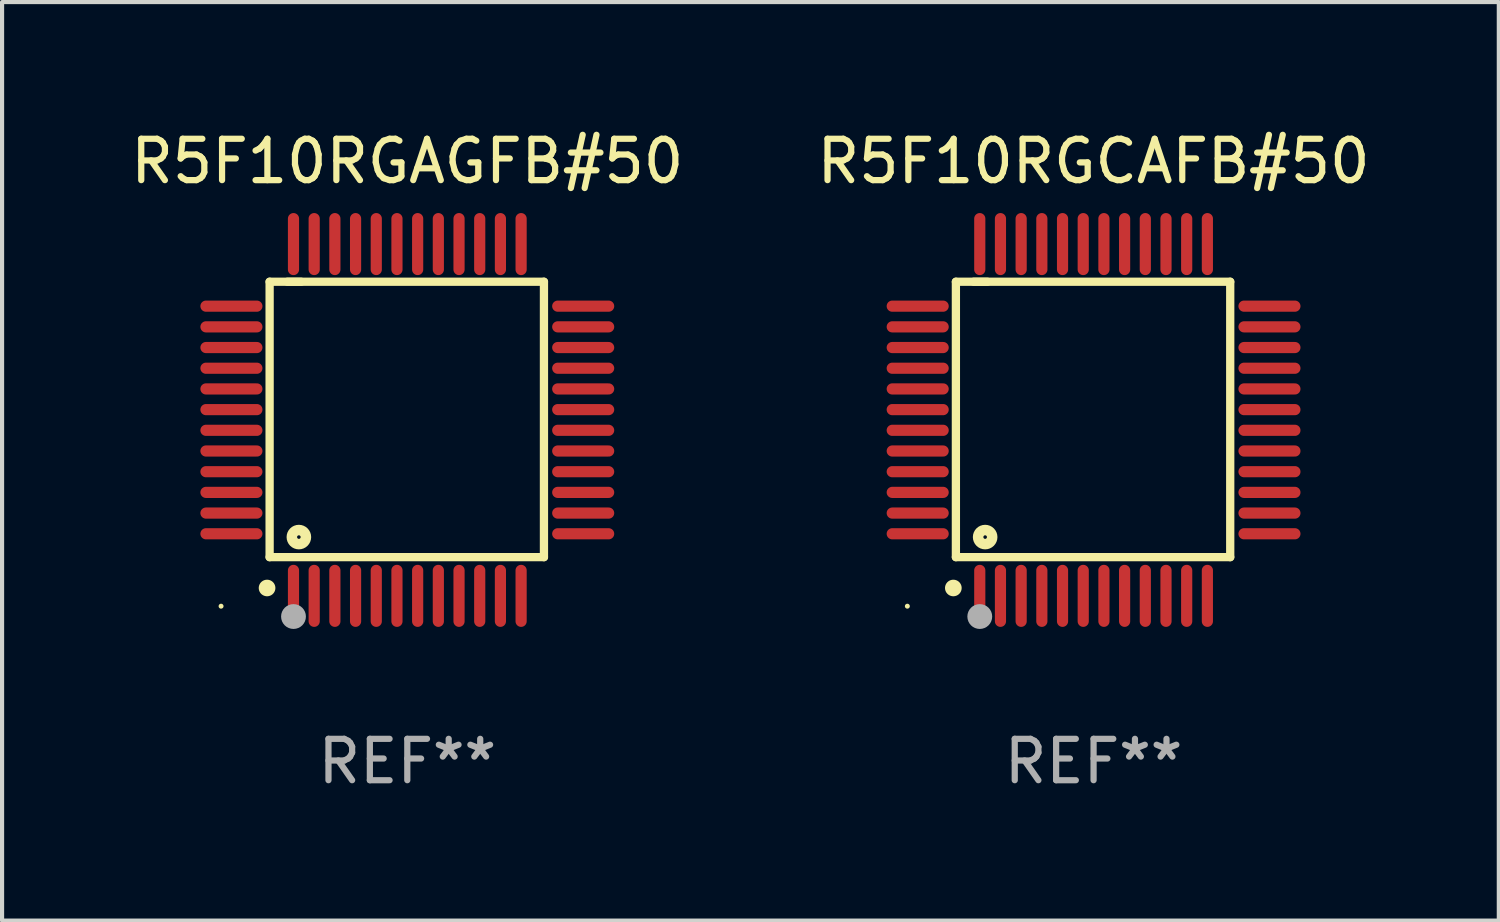
<source format=kicad_pcb>
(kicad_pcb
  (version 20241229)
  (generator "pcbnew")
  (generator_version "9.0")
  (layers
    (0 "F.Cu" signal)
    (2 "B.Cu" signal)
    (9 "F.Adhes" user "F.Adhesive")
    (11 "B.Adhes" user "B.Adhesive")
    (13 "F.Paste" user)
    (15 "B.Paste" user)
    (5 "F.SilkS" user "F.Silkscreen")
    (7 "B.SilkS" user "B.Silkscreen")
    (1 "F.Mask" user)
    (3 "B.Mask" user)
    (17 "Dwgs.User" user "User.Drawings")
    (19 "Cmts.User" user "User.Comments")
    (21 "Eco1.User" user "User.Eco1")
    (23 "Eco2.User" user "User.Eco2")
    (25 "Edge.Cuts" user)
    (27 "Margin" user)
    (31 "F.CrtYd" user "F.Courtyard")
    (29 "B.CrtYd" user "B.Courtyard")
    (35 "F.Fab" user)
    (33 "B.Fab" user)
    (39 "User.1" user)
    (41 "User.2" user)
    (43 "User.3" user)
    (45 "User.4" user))
  (footprint "R5F10RGCAFB#50"
    (layer "F.Cu")
    (at 23.375 7.098)
    (property "Reference" "R5F10RGCAFB#50" (at 0 -6.25 0) (layer "F.SilkS") (effects (font (size 1 1) (thickness 0.15))))
    (attr through_hole)
    (fp_line (start -3.327 -3.34) (end -2.565 -3.34) (stroke (width 0.2) (type solid)) (layer "F.SilkS"))
    (fp_line (start -3.327 3.315) (end -3.327 -3.34) (stroke (width 0.2) (type solid)) (layer "F.SilkS"))
    (fp_line (start -2.896 -3.34) (end 3.302 -3.34) (stroke (width 0.2) (type solid)) (layer "F.SilkS"))
    (fp_line (start 3.302 -3.34) (end 3.302 3.315) (stroke (width 0.2) (type solid)) (layer "F.SilkS"))
    (fp_line (start 3.302 3.315) (end -3.327 3.315) (stroke (width 0.2) (type solid)) (layer "F.SilkS"))
    (fp_arc (start -3.389992 4.059995) (mid -3.388722 4.059991) (end -3.387452 4.059995) (stroke (width 0.4) (type solid)) (layer "F.SilkS"))
    (fp_circle (center -4.5 4.5) (end -4.47 4.5) (stroke (width 0.06) (type solid)) (fill no) (layer "F.SilkS"))
    (fp_circle (center -2.62 2.83) (end -2.45 2.83) (stroke (width 0.254) (type solid)) (fill no) (layer "F.SilkS"))
    (fp_circle (center -2.75 4.75) (end -2.6 4.75) (stroke (width 0.3) (type solid)) (fill no) (layer "F.Fab"))
    (fp_text user "REF**" (at 0 8.25 0) (layer "F.Fab") (effects (font (size 1 1) (thickness 0.15))))
    (pad "1" smd oval (at -2.75 4.25) (size 0.27 1.5) (layers "F.Cu" "F.Mask" "F.Paste"))
    (pad "2" smd oval (at -2.25 4.25) (size 0.27 1.5) (layers "F.Cu" "F.Mask" "F.Paste"))
    (pad "3" smd oval (at -1.75 4.25) (size 0.27 1.5) (layers "F.Cu" "F.Mask" "F.Paste"))
    (pad "4" smd oval (at -1.25 4.25) (size 0.27 1.5) (layers "F.Cu" "F.Mask" "F.Paste"))
    (pad "5" smd oval (at -0.75 4.25) (size 0.27 1.5) (layers "F.Cu" "F.Mask" "F.Paste"))
    (pad "6" smd oval (at -0.25 4.25) (size 0.27 1.5) (layers "F.Cu" "F.Mask" "F.Paste"))
    (pad "7" smd oval (at 0.25 4.25) (size 0.27 1.5) (layers "F.Cu" "F.Mask" "F.Paste"))
    (pad "8" smd oval (at 0.75 4.25) (size 0.27 1.5) (layers "F.Cu" "F.Mask" "F.Paste"))
    (pad "9" smd oval (at 1.25 4.25) (size 0.27 1.5) (layers "F.Cu" "F.Mask" "F.Paste"))
    (pad "10" smd oval (at 1.75 4.25) (size 0.27 1.5) (layers "F.Cu" "F.Mask" "F.Paste"))
    (pad "11" smd oval (at 2.25 4.25) (size 0.27 1.5) (layers "F.Cu" "F.Mask" "F.Paste"))
    (pad "12" smd oval (at 2.75 4.25) (size 0.27 1.5) (layers "F.Cu" "F.Mask" "F.Paste"))
    (pad "13" smd oval (at 4.25 2.75) (size 1.5 0.27) (layers "F.Cu" "F.Mask" "F.Paste"))
    (pad "14" smd oval (at 4.25 2.25) (size 1.5 0.27) (layers "F.Cu" "F.Mask" "F.Paste"))
    (pad "15" smd oval (at 4.25 1.75) (size 1.5 0.27) (layers "F.Cu" "F.Mask" "F.Paste"))
    (pad "16" smd oval (at 4.25 1.25) (size 1.5 0.27) (layers "F.Cu" "F.Mask" "F.Paste"))
    (pad "17" smd oval (at 4.25 0.75) (size 1.5 0.27) (layers "F.Cu" "F.Mask" "F.Paste"))
    (pad "18" smd oval (at 4.25 0.25) (size 1.5 0.27) (layers "F.Cu" "F.Mask" "F.Paste"))
    (pad "19" smd oval (at 4.25 -0.25) (size 1.5 0.27) (layers "F.Cu" "F.Mask" "F.Paste"))
    (pad "20" smd oval (at 4.25 -0.75) (size 1.5 0.27) (layers "F.Cu" "F.Mask" "F.Paste"))
    (pad "21" smd oval (at 4.25 -1.25) (size 1.5 0.27) (layers "F.Cu" "F.Mask" "F.Paste"))
    (pad "22" smd oval (at 4.25 -1.75) (size 1.5 0.27) (layers "F.Cu" "F.Mask" "F.Paste"))
    (pad "23" smd oval (at 4.25 -2.25) (size 1.5 0.27) (layers "F.Cu" "F.Mask" "F.Paste"))
    (pad "24" smd oval (at 4.25 -2.75) (size 1.5 0.27) (layers "F.Cu" "F.Mask" "F.Paste"))
    (pad "25" smd oval (at 2.75 -4.25) (size 0.27 1.5) (layers "F.Cu" "F.Mask" "F.Paste"))
    (pad "26" smd oval (at 2.25 -4.25) (size 0.27 1.5) (layers "F.Cu" "F.Mask" "F.Paste"))
    (pad "27" smd oval (at 1.75 -4.25) (size 0.27 1.5) (layers "F.Cu" "F.Mask" "F.Paste"))
    (pad "28" smd oval (at 1.25 -4.25) (size 0.27 1.5) (layers "F.Cu" "F.Mask" "F.Paste"))
    (pad "29" smd oval (at 0.75 -4.25) (size 0.27 1.5) (layers "F.Cu" "F.Mask" "F.Paste"))
    (pad "30" smd oval (at 0.25 -4.25) (size 0.27 1.5) (layers "F.Cu" "F.Mask" "F.Paste"))
    (pad "31" smd oval (at -0.25 -4.25) (size 0.27 1.5) (layers "F.Cu" "F.Mask" "F.Paste"))
    (pad "32" smd oval (at -0.75 -4.25) (size 0.27 1.5) (layers "F.Cu" "F.Mask" "F.Paste"))
    (pad "33" smd oval (at -1.25 -4.25) (size 0.27 1.5) (layers "F.Cu" "F.Mask" "F.Paste"))
    (pad "34" smd oval (at -1.75 -4.25) (size 0.27 1.5) (layers "F.Cu" "F.Mask" "F.Paste"))
    (pad "35" smd oval (at -2.25 -4.25) (size 0.27 1.5) (layers "F.Cu" "F.Mask" "F.Paste"))
    (pad "36" smd oval (at -2.75 -4.25) (size 0.27 1.5) (layers "F.Cu" "F.Mask" "F.Paste"))
    (pad "37" smd oval (at -4.25 -2.75) (size 1.5 0.27) (layers "F.Cu" "F.Mask" "F.Paste"))
    (pad "38" smd oval (at -4.25 -2.25) (size 1.5 0.27) (layers "F.Cu" "F.Mask" "F.Paste"))
    (pad "39" smd oval (at -4.25 -1.75) (size 1.5 0.27) (layers "F.Cu" "F.Mask" "F.Paste"))
    (pad "40" smd oval (at -4.25 -1.25) (size 1.5 0.27) (layers "F.Cu" "F.Mask" "F.Paste"))
    (pad "41" smd oval (at -4.25 -0.75) (size 1.5 0.27) (layers "F.Cu" "F.Mask" "F.Paste"))
    (pad "42" smd oval (at -4.25 -0.25) (size 1.5 0.27) (layers "F.Cu" "F.Mask" "F.Paste"))
    (pad "43" smd oval (at -4.25 0.25) (size 1.5 0.27) (layers "F.Cu" "F.Mask" "F.Paste"))
    (pad "44" smd oval (at -4.25 0.75) (size 1.5 0.27) (layers "F.Cu" "F.Mask" "F.Paste"))
    (pad "45" smd oval (at -4.25 1.25) (size 1.5 0.27) (layers "F.Cu" "F.Mask" "F.Paste"))
    (pad "46" smd oval (at -4.25 1.75) (size 1.5 0.27) (layers "F.Cu" "F.Mask" "F.Paste"))
    (pad "47" smd oval (at -4.25 2.25) (size 1.5 0.27) (layers "F.Cu" "F.Mask" "F.Paste"))
    (pad "48" smd oval (at -4.25 2.75) (size 1.5 0.27) (layers "F.Cu" "F.Mask" "F.Paste")))
  (footprint "R5F10RGAGFB#50"
    (layer "F.Cu")
    (at 6.792 7.098)
    (property "Reference" "R5F10RGAGFB#50" (at 0 -6.25 0) (layer "F.SilkS") (effects (font (size 1 1) (thickness 0.15))))
    (attr through_hole)
    (fp_line (start -3.327 -3.34) (end -2.565 -3.34) (stroke (width 0.2) (type solid)) (layer "F.SilkS"))
    (fp_line (start -3.327 3.315) (end -3.327 -3.34) (stroke (width 0.2) (type solid)) (layer "F.SilkS"))
    (fp_line (start -2.896 -3.34) (end 3.302 -3.34) (stroke (width 0.2) (type solid)) (layer "F.SilkS"))
    (fp_line (start 3.302 -3.34) (end 3.302 3.315) (stroke (width 0.2) (type solid)) (layer "F.SilkS"))
    (fp_line (start 3.302 3.315) (end -3.327 3.315) (stroke (width 0.2) (type solid)) (layer "F.SilkS"))
    (fp_arc (start -3.389992 4.059995) (mid -3.388722 4.059991) (end -3.387452 4.059995) (stroke (width 0.4) (type solid)) (layer "F.SilkS"))
    (fp_circle (center -4.5 4.5) (end -4.47 4.5) (stroke (width 0.06) (type solid)) (fill no) (layer "F.SilkS"))
    (fp_circle (center -2.62 2.83) (end -2.45 2.83) (stroke (width 0.254) (type solid)) (fill no) (layer "F.SilkS"))
    (fp_circle (center -2.75 4.75) (end -2.6 4.75) (stroke (width 0.3) (type solid)) (fill no) (layer "F.Fab"))
    (fp_text user "REF**" (at 0 8.25 0) (layer "F.Fab") (effects (font (size 1 1) (thickness 0.15))))
    (pad "1" smd oval (at -2.75 4.25) (size 0.27 1.5) (layers "F.Cu" "F.Mask" "F.Paste"))
    (pad "2" smd oval (at -2.25 4.25) (size 0.27 1.5) (layers "F.Cu" "F.Mask" "F.Paste"))
    (pad "3" smd oval (at -1.75 4.25) (size 0.27 1.5) (layers "F.Cu" "F.Mask" "F.Paste"))
    (pad "4" smd oval (at -1.25 4.25) (size 0.27 1.5) (layers "F.Cu" "F.Mask" "F.Paste"))
    (pad "5" smd oval (at -0.75 4.25) (size 0.27 1.5) (layers "F.Cu" "F.Mask" "F.Paste"))
    (pad "6" smd oval (at -0.25 4.25) (size 0.27 1.5) (layers "F.Cu" "F.Mask" "F.Paste"))
    (pad "7" smd oval (at 0.25 4.25) (size 0.27 1.5) (layers "F.Cu" "F.Mask" "F.Paste"))
    (pad "8" smd oval (at 0.75 4.25) (size 0.27 1.5) (layers "F.Cu" "F.Mask" "F.Paste"))
    (pad "9" smd oval (at 1.25 4.25) (size 0.27 1.5) (layers "F.Cu" "F.Mask" "F.Paste"))
    (pad "10" smd oval (at 1.75 4.25) (size 0.27 1.5) (layers "F.Cu" "F.Mask" "F.Paste"))
    (pad "11" smd oval (at 2.25 4.25) (size 0.27 1.5) (layers "F.Cu" "F.Mask" "F.Paste"))
    (pad "12" smd oval (at 2.75 4.25) (size 0.27 1.5) (layers "F.Cu" "F.Mask" "F.Paste"))
    (pad "13" smd oval (at 4.25 2.75) (size 1.5 0.27) (layers "F.Cu" "F.Mask" "F.Paste"))
    (pad "14" smd oval (at 4.25 2.25) (size 1.5 0.27) (layers "F.Cu" "F.Mask" "F.Paste"))
    (pad "15" smd oval (at 4.25 1.75) (size 1.5 0.27) (layers "F.Cu" "F.Mask" "F.Paste"))
    (pad "16" smd oval (at 4.25 1.25) (size 1.5 0.27) (layers "F.Cu" "F.Mask" "F.Paste"))
    (pad "17" smd oval (at 4.25 0.75) (size 1.5 0.27) (layers "F.Cu" "F.Mask" "F.Paste"))
    (pad "18" smd oval (at 4.25 0.25) (size 1.5 0.27) (layers "F.Cu" "F.Mask" "F.Paste"))
    (pad "19" smd oval (at 4.25 -0.25) (size 1.5 0.27) (layers "F.Cu" "F.Mask" "F.Paste"))
    (pad "20" smd oval (at 4.25 -0.75) (size 1.5 0.27) (layers "F.Cu" "F.Mask" "F.Paste"))
    (pad "21" smd oval (at 4.25 -1.25) (size 1.5 0.27) (layers "F.Cu" "F.Mask" "F.Paste"))
    (pad "22" smd oval (at 4.25 -1.75) (size 1.5 0.27) (layers "F.Cu" "F.Mask" "F.Paste"))
    (pad "23" smd oval (at 4.25 -2.25) (size 1.5 0.27) (layers "F.Cu" "F.Mask" "F.Paste"))
    (pad "24" smd oval (at 4.25 -2.75) (size 1.5 0.27) (layers "F.Cu" "F.Mask" "F.Paste"))
    (pad "25" smd oval (at 2.75 -4.25) (size 0.27 1.5) (layers "F.Cu" "F.Mask" "F.Paste"))
    (pad "26" smd oval (at 2.25 -4.25) (size 0.27 1.5) (layers "F.Cu" "F.Mask" "F.Paste"))
    (pad "27" smd oval (at 1.75 -4.25) (size 0.27 1.5) (layers "F.Cu" "F.Mask" "F.Paste"))
    (pad "28" smd oval (at 1.25 -4.25) (size 0.27 1.5) (layers "F.Cu" "F.Mask" "F.Paste"))
    (pad "29" smd oval (at 0.75 -4.25) (size 0.27 1.5) (layers "F.Cu" "F.Mask" "F.Paste"))
    (pad "30" smd oval (at 0.25 -4.25) (size 0.27 1.5) (layers "F.Cu" "F.Mask" "F.Paste"))
    (pad "31" smd oval (at -0.25 -4.25) (size 0.27 1.5) (layers "F.Cu" "F.Mask" "F.Paste"))
    (pad "32" smd oval (at -0.75 -4.25) (size 0.27 1.5) (layers "F.Cu" "F.Mask" "F.Paste"))
    (pad "33" smd oval (at -1.25 -4.25) (size 0.27 1.5) (layers "F.Cu" "F.Mask" "F.Paste"))
    (pad "34" smd oval (at -1.75 -4.25) (size 0.27 1.5) (layers "F.Cu" "F.Mask" "F.Paste"))
    (pad "35" smd oval (at -2.25 -4.25) (size 0.27 1.5) (layers "F.Cu" "F.Mask" "F.Paste"))
    (pad "36" smd oval (at -2.75 -4.25) (size 0.27 1.5) (layers "F.Cu" "F.Mask" "F.Paste"))
    (pad "37" smd oval (at -4.25 -2.75) (size 1.5 0.27) (layers "F.Cu" "F.Mask" "F.Paste"))
    (pad "38" smd oval (at -4.25 -2.25) (size 1.5 0.27) (layers "F.Cu" "F.Mask" "F.Paste"))
    (pad "39" smd oval (at -4.25 -1.75) (size 1.5 0.27) (layers "F.Cu" "F.Mask" "F.Paste"))
    (pad "40" smd oval (at -4.25 -1.25) (size 1.5 0.27) (layers "F.Cu" "F.Mask" "F.Paste"))
    (pad "41" smd oval (at -4.25 -0.75) (size 1.5 0.27) (layers "F.Cu" "F.Mask" "F.Paste"))
    (pad "42" smd oval (at -4.25 -0.25) (size 1.5 0.27) (layers "F.Cu" "F.Mask" "F.Paste"))
    (pad "43" smd oval (at -4.25 0.25) (size 1.5 0.27) (layers "F.Cu" "F.Mask" "F.Paste"))
    (pad "44" smd oval (at -4.25 0.75) (size 1.5 0.27) (layers "F.Cu" "F.Mask" "F.Paste"))
    (pad "45" smd oval (at -4.25 1.25) (size 1.5 0.27) (layers "F.Cu" "F.Mask" "F.Paste"))
    (pad "46" smd oval (at -4.25 1.75) (size 1.5 0.27) (layers "F.Cu" "F.Mask" "F.Paste"))
    (pad "47" smd oval (at -4.25 2.25) (size 1.5 0.27) (layers "F.Cu" "F.Mask" "F.Paste"))
    (pad "48" smd oval (at -4.25 2.75) (size 1.5 0.27) (layers "F.Cu" "F.Mask" "F.Paste")))
  (gr_rect
    (start -3 -3)
    (end 33.167 19.196)
    (stroke (width 0.1) (type default))
    (fill no)
    (layer "Edge.Cuts")))
</source>
